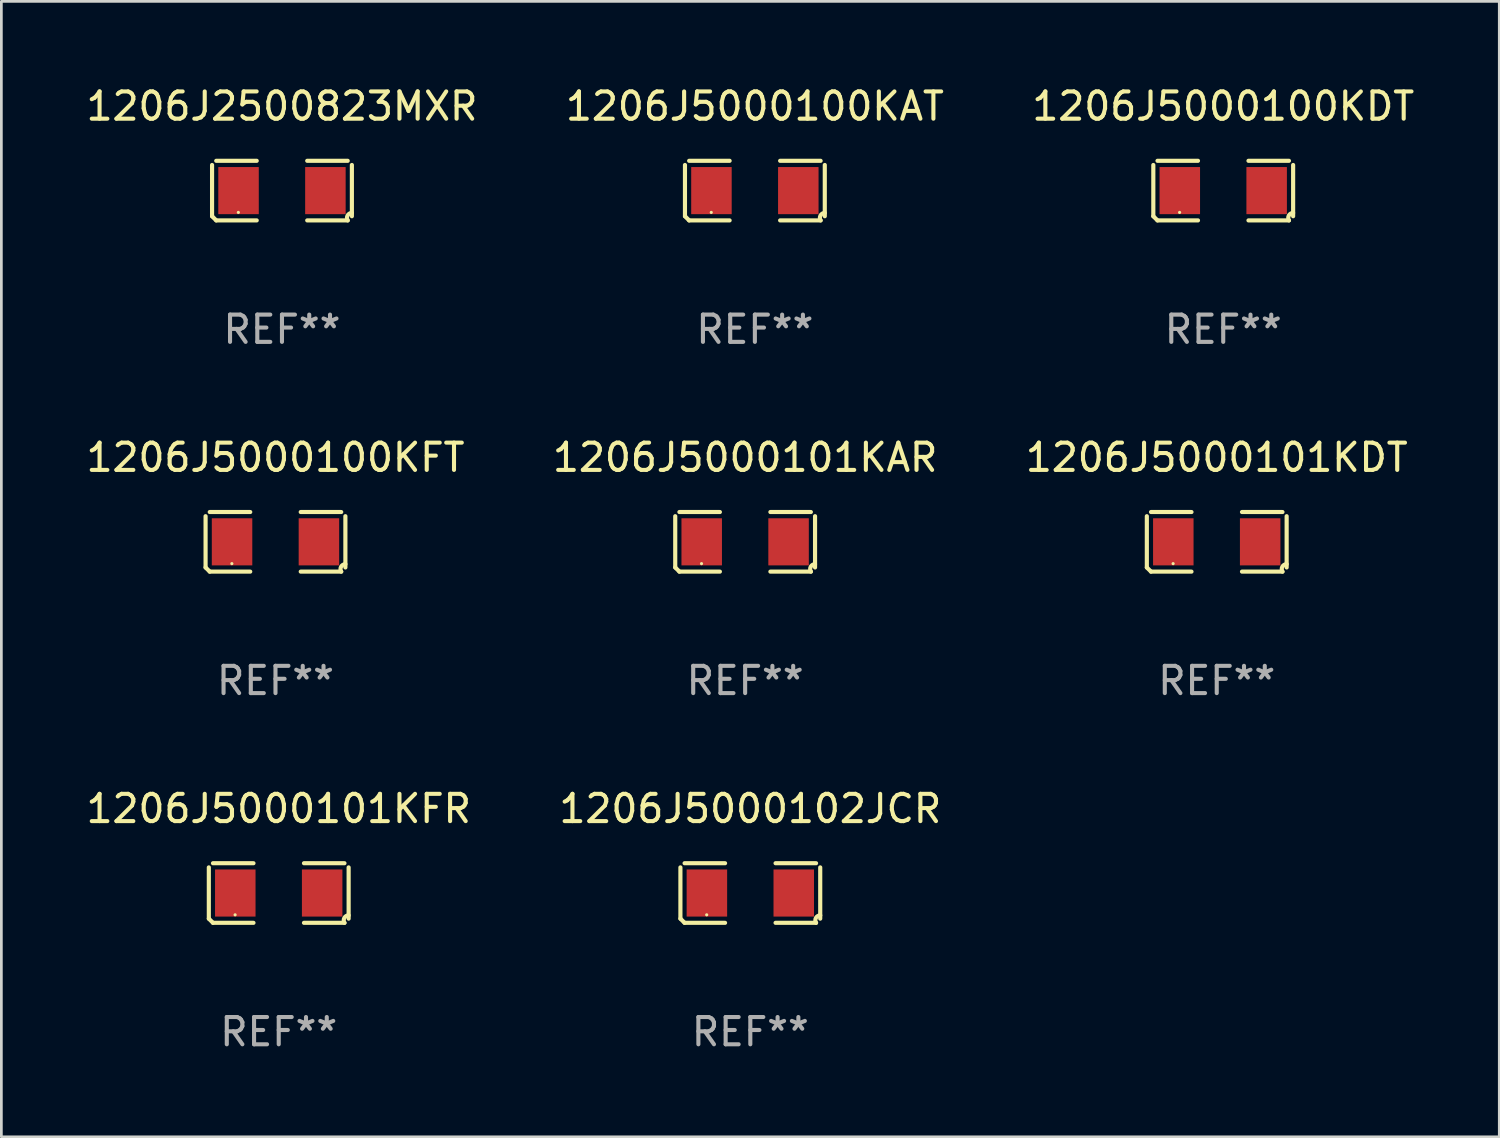
<source format=kicad_pcb>
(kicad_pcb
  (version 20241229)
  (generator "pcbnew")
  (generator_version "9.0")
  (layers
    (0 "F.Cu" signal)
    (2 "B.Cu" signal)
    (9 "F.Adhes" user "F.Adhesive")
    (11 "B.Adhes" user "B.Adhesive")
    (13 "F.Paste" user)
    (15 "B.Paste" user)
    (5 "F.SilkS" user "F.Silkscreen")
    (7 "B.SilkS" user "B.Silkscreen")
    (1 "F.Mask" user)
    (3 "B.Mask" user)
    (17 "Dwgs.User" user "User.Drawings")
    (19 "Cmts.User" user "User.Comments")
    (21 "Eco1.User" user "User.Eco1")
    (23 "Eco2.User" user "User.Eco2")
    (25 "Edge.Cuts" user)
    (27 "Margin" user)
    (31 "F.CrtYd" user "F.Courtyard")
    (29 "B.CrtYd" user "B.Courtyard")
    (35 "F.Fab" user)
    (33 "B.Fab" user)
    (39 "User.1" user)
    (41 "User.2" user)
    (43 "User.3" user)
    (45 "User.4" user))
  (footprint "1206J5000101KDT"
    (layer "F.Cu")
    (at 41.577 16.823)
    (property "Reference" "1206J5000101KDT" (at 0 -3.093 0) (layer "F.SilkS") (effects (font (size 1 1) (thickness 0.15))))
    (attr through_hole)
    (fp_line (start -2.564 0.94) (end -2.564 -0.94) (stroke (width 0.152) (type solid)) (layer "F.SilkS"))
    (fp_line (start -2.411 -1.093) (end -0.926 -1.093) (stroke (width 0.152) (type solid)) (layer "F.SilkS"))
    (fp_line (start -0.926 1.093) (end -2.411 1.093) (stroke (width 0.152) (type solid)) (layer "F.SilkS"))
    (fp_line (start 0.926 1.093) (end 2.411 1.093) (stroke (width 0.152) (type solid)) (layer "F.SilkS"))
    (fp_line (start 2.411 -1.093) (end 0.926 -1.093) (stroke (width 0.152) (type solid)) (layer "F.SilkS"))
    (fp_line (start 2.564 0.94) (end 2.564 -0.94) (stroke (width 0.152) (type solid)) (layer "F.SilkS"))
    (fp_arc (start -2.411201 1.092609) (mid -2.487413 1.01642) (end -2.563602 0.940208) (stroke (width 0.1524) (type solid)) (layer "F.SilkS"))
    (fp_arc (start 2.411201 1.092609) (mid 2.407159 0.911226) (end 2.563602 0.819347) (stroke (width 0.1524) (type solid)) (layer "F.SilkS"))
    (fp_circle (center -1.6 0.8) (end -1.57 0.8) (stroke (width 0.06) (type solid)) (fill no) (layer "F.SilkS"))
    (fp_text user "REF**" (at 0 5.093 0) (layer "F.Fab") (effects (font (size 1 1) (thickness 0.15))))
    (pad "1" smd rect (at -1.593 0) (size 1.485 1.728) (layers "F.Cu" "F.Mask" "F.Paste"))
    (pad "2" smd rect (at 1.593 0) (size 1.485 1.728) (layers "F.Cu" "F.Mask" "F.Paste")))
  (footprint "1206J5000102JCR"
    (layer "F.Cu")
    (at 24.47 29.704)
    (property "Reference" "1206J5000102JCR" (at 0 -3.093 0) (layer "F.SilkS") (effects (font (size 1 1) (thickness 0.15))))
    (attr through_hole)
    (fp_line (start -2.564 0.94) (end -2.564 -0.94) (stroke (width 0.152) (type solid)) (layer "F.SilkS"))
    (fp_line (start -2.411 -1.093) (end -0.926 -1.093) (stroke (width 0.152) (type solid)) (layer "F.SilkS"))
    (fp_line (start -0.926 1.093) (end -2.411 1.093) (stroke (width 0.152) (type solid)) (layer "F.SilkS"))
    (fp_line (start 0.926 1.093) (end 2.411 1.093) (stroke (width 0.152) (type solid)) (layer "F.SilkS"))
    (fp_line (start 2.411 -1.093) (end 0.926 -1.093) (stroke (width 0.152) (type solid)) (layer "F.SilkS"))
    (fp_line (start 2.564 0.94) (end 2.564 -0.94) (stroke (width 0.152) (type solid)) (layer "F.SilkS"))
    (fp_arc (start -2.411201 1.092609) (mid -2.487413 1.01642) (end -2.563602 0.940208) (stroke (width 0.1524) (type solid)) (layer "F.SilkS"))
    (fp_arc (start 2.411201 1.092609) (mid 2.407159 0.911226) (end 2.563602 0.819347) (stroke (width 0.1524) (type solid)) (layer "F.SilkS"))
    (fp_circle (center -1.6 0.8) (end -1.57 0.8) (stroke (width 0.06) (type solid)) (fill no) (layer "F.SilkS"))
    (fp_text user "REF**" (at 0 5.093 0) (layer "F.Fab") (effects (font (size 1 1) (thickness 0.15))))
    (pad "1" smd rect (at -1.593 0) (size 1.485 1.728) (layers "F.Cu" "F.Mask" "F.Paste"))
    (pad "2" smd rect (at 1.593 0) (size 1.485 1.728) (layers "F.Cu" "F.Mask" "F.Paste")))
  (footprint "1206J5000101KAR"
    (layer "F.Cu")
    (at 24.28 16.823)
    (property "Reference" "1206J5000101KAR" (at 0 -3.093 0) (layer "F.SilkS") (effects (font (size 1 1) (thickness 0.15))))
    (attr through_hole)
    (fp_line (start -2.564 0.94) (end -2.564 -0.94) (stroke (width 0.152) (type solid)) (layer "F.SilkS"))
    (fp_line (start -2.411 -1.093) (end -0.926 -1.093) (stroke (width 0.152) (type solid)) (layer "F.SilkS"))
    (fp_line (start -0.926 1.093) (end -2.411 1.093) (stroke (width 0.152) (type solid)) (layer "F.SilkS"))
    (fp_line (start 0.926 1.093) (end 2.411 1.093) (stroke (width 0.152) (type solid)) (layer "F.SilkS"))
    (fp_line (start 2.411 -1.093) (end 0.926 -1.093) (stroke (width 0.152) (type solid)) (layer "F.SilkS"))
    (fp_line (start 2.564 0.94) (end 2.564 -0.94) (stroke (width 0.152) (type solid)) (layer "F.SilkS"))
    (fp_arc (start -2.411201 1.092609) (mid -2.487413 1.01642) (end -2.563602 0.940208) (stroke (width 0.1524) (type solid)) (layer "F.SilkS"))
    (fp_arc (start 2.411201 1.092609) (mid 2.407159 0.911226) (end 2.563602 0.819347) (stroke (width 0.1524) (type solid)) (layer "F.SilkS"))
    (fp_circle (center -1.6 0.8) (end -1.57 0.8) (stroke (width 0.06) (type solid)) (fill no) (layer "F.SilkS"))
    (fp_text user "REF**" (at 0 5.093 0) (layer "F.Fab") (effects (font (size 1 1) (thickness 0.15))))
    (pad "1" smd rect (at -1.593 0) (size 1.485 1.728) (layers "F.Cu" "F.Mask" "F.Paste"))
    (pad "2" smd rect (at 1.593 0) (size 1.485 1.728) (layers "F.Cu" "F.Mask" "F.Paste")))
  (footprint "1206J5000100KFT"
    (layer "F.Cu")
    (at 7.054 16.823)
    (property "Reference" "1206J5000100KFT" (at 0 -3.093 0) (layer "F.SilkS") (effects (font (size 1 1) (thickness 0.15))))
    (attr through_hole)
    (fp_line (start -2.564 0.94) (end -2.564 -0.94) (stroke (width 0.152) (type solid)) (layer "F.SilkS"))
    (fp_line (start -2.411 -1.093) (end -0.926 -1.093) (stroke (width 0.152) (type solid)) (layer "F.SilkS"))
    (fp_line (start -0.926 1.093) (end -2.411 1.093) (stroke (width 0.152) (type solid)) (layer "F.SilkS"))
    (fp_line (start 0.926 1.093) (end 2.411 1.093) (stroke (width 0.152) (type solid)) (layer "F.SilkS"))
    (fp_line (start 2.411 -1.093) (end 0.926 -1.093) (stroke (width 0.152) (type solid)) (layer "F.SilkS"))
    (fp_line (start 2.564 0.94) (end 2.564 -0.94) (stroke (width 0.152) (type solid)) (layer "F.SilkS"))
    (fp_arc (start -2.411201 1.092609) (mid -2.487413 1.01642) (end -2.563602 0.940208) (stroke (width 0.1524) (type solid)) (layer "F.SilkS"))
    (fp_arc (start 2.411201 1.092609) (mid 2.407159 0.911226) (end 2.563602 0.819347) (stroke (width 0.1524) (type solid)) (layer "F.SilkS"))
    (fp_circle (center -1.6 0.8) (end -1.57 0.8) (stroke (width 0.06) (type solid)) (fill no) (layer "F.SilkS"))
    (fp_text user "REF**" (at 0 5.093 0) (layer "F.Fab") (effects (font (size 1 1) (thickness 0.15))))
    (pad "1" smd rect (at -1.593 0) (size 1.485 1.728) (layers "F.Cu" "F.Mask" "F.Paste"))
    (pad "2" smd rect (at 1.593 0) (size 1.485 1.728) (layers "F.Cu" "F.Mask" "F.Paste")))
  (footprint "1206J5000100KAT"
    (layer "F.Cu")
    (at 24.637 3.941)
    (property "Reference" "1206J5000100KAT" (at 0 -3.093 0) (layer "F.SilkS") (effects (font (size 1 1) (thickness 0.15))))
    (attr through_hole)
    (fp_line (start -2.564 0.94) (end -2.564 -0.94) (stroke (width 0.152) (type solid)) (layer "F.SilkS"))
    (fp_line (start -2.411 -1.093) (end -0.926 -1.093) (stroke (width 0.152) (type solid)) (layer "F.SilkS"))
    (fp_line (start -0.926 1.093) (end -2.411 1.093) (stroke (width 0.152) (type solid)) (layer "F.SilkS"))
    (fp_line (start 0.926 1.093) (end 2.411 1.093) (stroke (width 0.152) (type solid)) (layer "F.SilkS"))
    (fp_line (start 2.411 -1.093) (end 0.926 -1.093) (stroke (width 0.152) (type solid)) (layer "F.SilkS"))
    (fp_line (start 2.564 0.94) (end 2.564 -0.94) (stroke (width 0.152) (type solid)) (layer "F.SilkS"))
    (fp_arc (start -2.411201 1.092609) (mid -2.487413 1.01642) (end -2.563602 0.940208) (stroke (width 0.1524) (type solid)) (layer "F.SilkS"))
    (fp_arc (start 2.411201 1.092609) (mid 2.407159 0.911226) (end 2.563602 0.819347) (stroke (width 0.1524) (type solid)) (layer "F.SilkS"))
    (fp_circle (center -1.6 0.8) (end -1.57 0.8) (stroke (width 0.06) (type solid)) (fill no) (layer "F.SilkS"))
    (fp_text user "REF**" (at 0 5.093 0) (layer "F.Fab") (effects (font (size 1 1) (thickness 0.15))))
    (pad "1" smd rect (at -1.593 0) (size 1.485 1.728) (layers "F.Cu" "F.Mask" "F.Paste"))
    (pad "2" smd rect (at 1.593 0) (size 1.485 1.728) (layers "F.Cu" "F.Mask" "F.Paste")))
  (footprint "1206J5000100KDT"
    (layer "F.Cu")
    (at 41.815 3.941)
    (property "Reference" "1206J5000100KDT" (at 0 -3.093 0) (layer "F.SilkS") (effects (font (size 1 1) (thickness 0.15))))
    (attr through_hole)
    (fp_line (start -2.564 0.94) (end -2.564 -0.94) (stroke (width 0.152) (type solid)) (layer "F.SilkS"))
    (fp_line (start -2.411 -1.093) (end -0.926 -1.093) (stroke (width 0.152) (type solid)) (layer "F.SilkS"))
    (fp_line (start -0.926 1.093) (end -2.411 1.093) (stroke (width 0.152) (type solid)) (layer "F.SilkS"))
    (fp_line (start 0.926 1.093) (end 2.411 1.093) (stroke (width 0.152) (type solid)) (layer "F.SilkS"))
    (fp_line (start 2.411 -1.093) (end 0.926 -1.093) (stroke (width 0.152) (type solid)) (layer "F.SilkS"))
    (fp_line (start 2.564 0.94) (end 2.564 -0.94) (stroke (width 0.152) (type solid)) (layer "F.SilkS"))
    (fp_arc (start -2.411201 1.092609) (mid -2.487413 1.01642) (end -2.563602 0.940208) (stroke (width 0.1524) (type solid)) (layer "F.SilkS"))
    (fp_arc (start 2.411201 1.092609) (mid 2.407159 0.911226) (end 2.563602 0.819347) (stroke (width 0.1524) (type solid)) (layer "F.SilkS"))
    (fp_circle (center -1.6 0.8) (end -1.57 0.8) (stroke (width 0.06) (type solid)) (fill no) (layer "F.SilkS"))
    (fp_text user "REF**" (at 0 5.093 0) (layer "F.Fab") (effects (font (size 1 1) (thickness 0.15))))
    (pad "1" smd rect (at -1.593 0) (size 1.485 1.728) (layers "F.Cu" "F.Mask" "F.Paste"))
    (pad "2" smd rect (at 1.593 0) (size 1.485 1.728) (layers "F.Cu" "F.Mask" "F.Paste")))
  (footprint "1206J5000101KFR"
    (layer "F.Cu")
    (at 7.173 29.704)
    (property "Reference" "1206J5000101KFR" (at 0 -3.093 0) (layer "F.SilkS") (effects (font (size 1 1) (thickness 0.15))))
    (attr through_hole)
    (fp_line (start -2.564 0.94) (end -2.564 -0.94) (stroke (width 0.152) (type solid)) (layer "F.SilkS"))
    (fp_line (start -2.411 -1.093) (end -0.926 -1.093) (stroke (width 0.152) (type solid)) (layer "F.SilkS"))
    (fp_line (start -0.926 1.093) (end -2.411 1.093) (stroke (width 0.152) (type solid)) (layer "F.SilkS"))
    (fp_line (start 0.926 1.093) (end 2.411 1.093) (stroke (width 0.152) (type solid)) (layer "F.SilkS"))
    (fp_line (start 2.411 -1.093) (end 0.926 -1.093) (stroke (width 0.152) (type solid)) (layer "F.SilkS"))
    (fp_line (start 2.564 0.94) (end 2.564 -0.94) (stroke (width 0.152) (type solid)) (layer "F.SilkS"))
    (fp_arc (start -2.411201 1.092609) (mid -2.487413 1.01642) (end -2.563602 0.940208) (stroke (width 0.1524) (type solid)) (layer "F.SilkS"))
    (fp_arc (start 2.411201 1.092609) (mid 2.407159 0.911226) (end 2.563602 0.819347) (stroke (width 0.1524) (type solid)) (layer "F.SilkS"))
    (fp_circle (center -1.6 0.8) (end -1.57 0.8) (stroke (width 0.06) (type solid)) (fill no) (layer "F.SilkS"))
    (fp_text user "REF**" (at 0 5.093 0) (layer "F.Fab") (effects (font (size 1 1) (thickness 0.15))))
    (pad "1" smd rect (at -1.593 0) (size 1.485 1.728) (layers "F.Cu" "F.Mask" "F.Paste"))
    (pad "2" smd rect (at 1.593 0) (size 1.485 1.728) (layers "F.Cu" "F.Mask" "F.Paste")))
  (footprint "1206J2500823MXR"
    (layer "F.Cu")
    (at 7.292 3.941)
    (property "Reference" "1206J2500823MXR" (at 0 -3.093 0) (layer "F.SilkS") (effects (font (size 1 1) (thickness 0.15))))
    (attr through_hole)
    (fp_line (start -2.564 0.94) (end -2.564 -0.94) (stroke (width 0.152) (type solid)) (layer "F.SilkS"))
    (fp_line (start -2.411 -1.093) (end -0.926 -1.093) (stroke (width 0.152) (type solid)) (layer "F.SilkS"))
    (fp_line (start -0.926 1.093) (end -2.411 1.093) (stroke (width 0.152) (type solid)) (layer "F.SilkS"))
    (fp_line (start 0.926 1.093) (end 2.411 1.093) (stroke (width 0.152) (type solid)) (layer "F.SilkS"))
    (fp_line (start 2.411 -1.093) (end 0.926 -1.093) (stroke (width 0.152) (type solid)) (layer "F.SilkS"))
    (fp_line (start 2.564 0.94) (end 2.564 -0.94) (stroke (width 0.152) (type solid)) (layer "F.SilkS"))
    (fp_arc (start -2.411201 1.092609) (mid -2.487413 1.01642) (end -2.563602 0.940208) (stroke (width 0.1524) (type solid)) (layer "F.SilkS"))
    (fp_arc (start 2.411201 1.092609) (mid 2.407159 0.911226) (end 2.563602 0.819347) (stroke (width 0.1524) (type solid)) (layer "F.SilkS"))
    (fp_circle (center -1.6 0.8) (end -1.57 0.8) (stroke (width 0.06) (type solid)) (fill no) (layer "F.SilkS"))
    (fp_text user "REF**" (at 0 5.093 0) (layer "F.Fab") (effects (font (size 1 1) (thickness 0.15))))
    (pad "1" smd rect (at -1.593 0) (size 1.485 1.728) (layers "F.Cu" "F.Mask" "F.Paste"))
    (pad "2" smd rect (at 1.593 0) (size 1.485 1.728) (layers "F.Cu" "F.Mask" "F.Paste")))
  (gr_rect
    (start -3 -3)
    (end 51.94 38.645)
    (stroke (width 0.1) (type default))
    (fill no)
    (layer "Edge.Cuts")))
</source>
